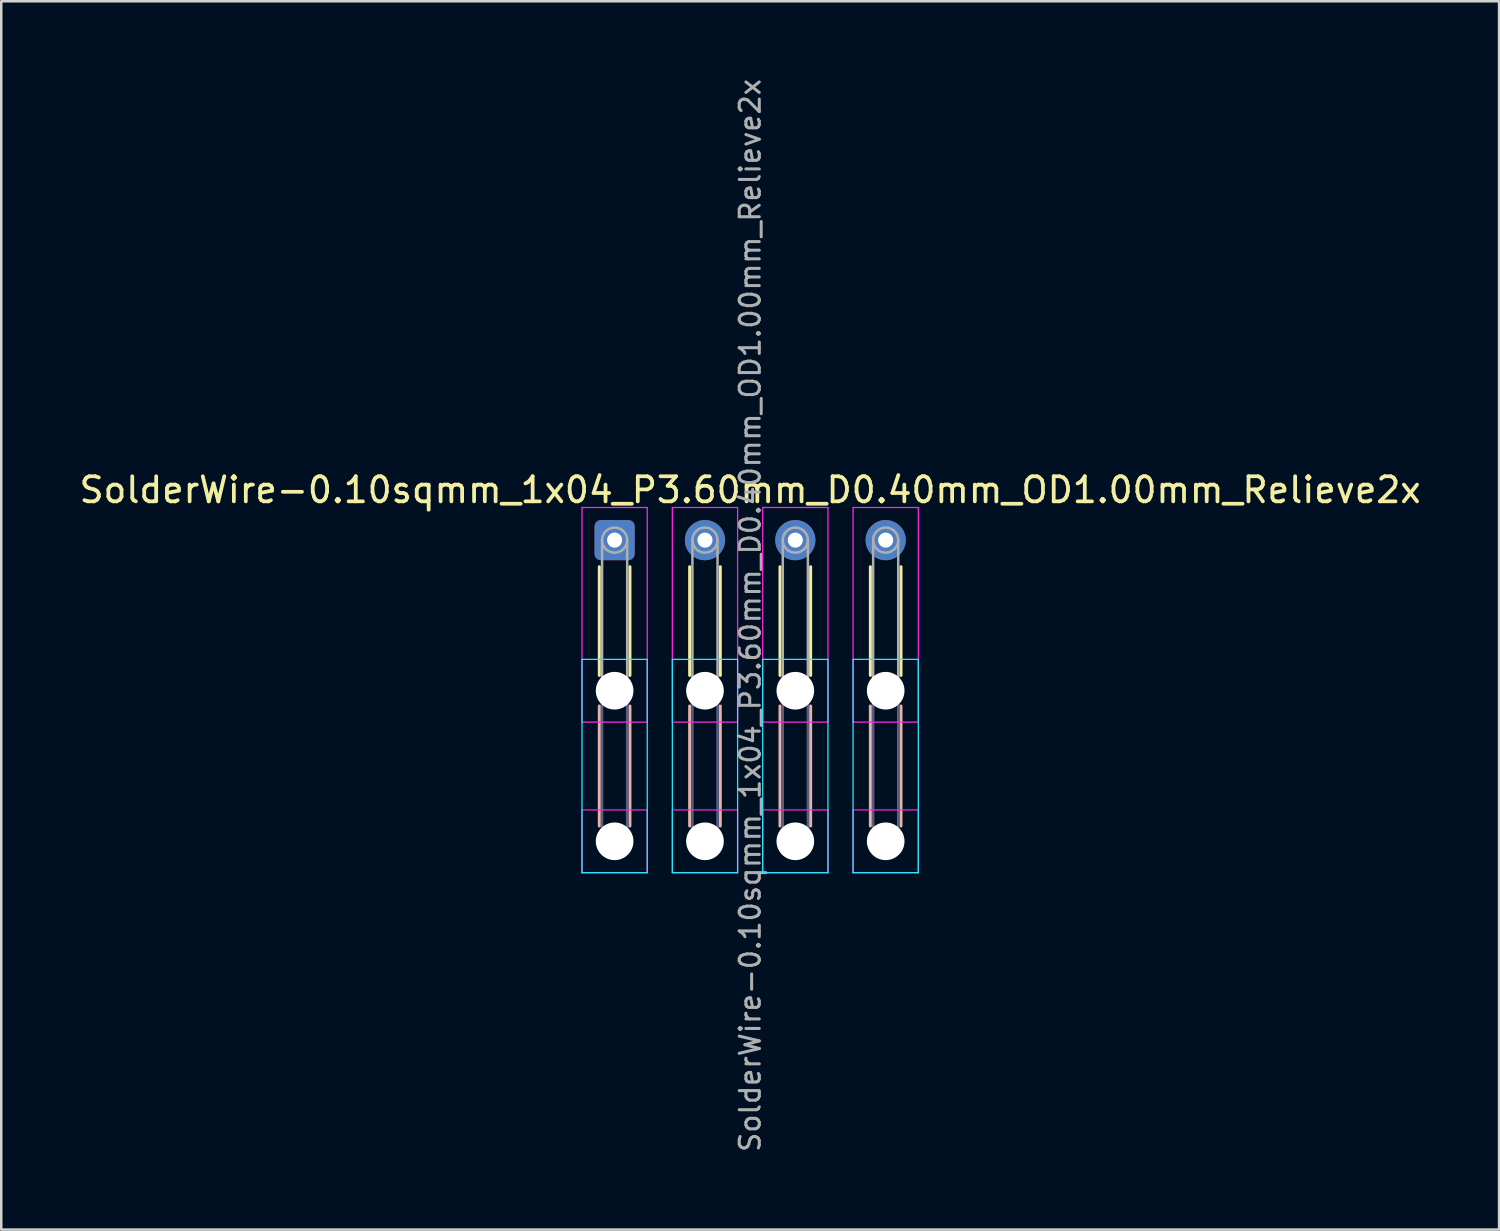
<source format=kicad_pcb>
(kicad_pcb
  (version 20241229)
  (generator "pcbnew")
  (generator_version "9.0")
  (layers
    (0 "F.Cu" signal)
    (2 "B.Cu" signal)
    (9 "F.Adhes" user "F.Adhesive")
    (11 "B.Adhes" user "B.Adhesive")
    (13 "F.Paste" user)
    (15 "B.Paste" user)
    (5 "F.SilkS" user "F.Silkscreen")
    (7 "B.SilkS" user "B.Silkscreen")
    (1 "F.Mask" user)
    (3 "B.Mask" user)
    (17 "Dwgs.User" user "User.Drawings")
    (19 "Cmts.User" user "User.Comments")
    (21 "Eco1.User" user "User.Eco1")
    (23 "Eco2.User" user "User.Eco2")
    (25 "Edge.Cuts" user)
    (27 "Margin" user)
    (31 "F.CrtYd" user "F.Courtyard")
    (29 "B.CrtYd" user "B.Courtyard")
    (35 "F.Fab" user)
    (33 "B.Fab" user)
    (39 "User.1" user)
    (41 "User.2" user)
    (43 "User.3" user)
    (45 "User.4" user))
  (footprint "SolderWire-0.10sqmm_1x04_P3.60mm_D0.40mm_OD1.00mm_Relieve2x"
    (layer "F.Cu")
    (at 21.439 18.471)
    (property "Reference" "SolderWire-0.10sqmm_1x04_P3.60mm_D0.40mm_OD1.00mm_Relieve2x" (at 5.4 -2 0) (layer "F.SilkS") (effects (font (size 1 1) (thickness 0.15))))
    (attr exclude_from_pos_files exclude_from_bom)
    (fp_line (start -0.61 1.06) (end -0.61 5.39) (stroke (width 0.12) (type solid)) (layer "F.SilkS"))
    (fp_line (start 0.61 1.06) (end 0.61 5.39) (stroke (width 0.12) (type solid)) (layer "F.SilkS"))
    (fp_line (start 2.99 1.06) (end 2.99 5.39) (stroke (width 0.12) (type solid)) (layer "F.SilkS"))
    (fp_line (start 4.21 1.06) (end 4.21 5.39) (stroke (width 0.12) (type solid)) (layer "F.SilkS"))
    (fp_line (start 6.59 1.06) (end 6.59 5.39) (stroke (width 0.12) (type solid)) (layer "F.SilkS"))
    (fp_line (start 7.81 1.06) (end 7.81 5.39) (stroke (width 0.12) (type solid)) (layer "F.SilkS"))
    (fp_line (start 10.19 1.06) (end 10.19 5.39) (stroke (width 0.12) (type solid)) (layer "F.SilkS"))
    (fp_line (start 11.41 1.06) (end 11.41 5.39) (stroke (width 0.12) (type solid)) (layer "F.SilkS"))
    (fp_line (start -0.61 6.61) (end -0.61 11.39) (stroke (width 0.12) (type solid)) (layer "B.SilkS"))
    (fp_line (start 0.61 6.61) (end 0.61 11.39) (stroke (width 0.12) (type solid)) (layer "B.SilkS"))
    (fp_line (start 2.99 6.61) (end 2.99 11.39) (stroke (width 0.12) (type solid)) (layer "B.SilkS"))
    (fp_line (start 4.21 6.61) (end 4.21 11.39) (stroke (width 0.12) (type solid)) (layer "B.SilkS"))
    (fp_line (start 6.59 6.61) (end 6.59 11.39) (stroke (width 0.12) (type solid)) (layer "B.SilkS"))
    (fp_line (start 7.81 6.61) (end 7.81 11.39) (stroke (width 0.12) (type solid)) (layer "B.SilkS"))
    (fp_line (start 10.19 6.61) (end 10.19 11.39) (stroke (width 0.12) (type solid)) (layer "B.SilkS"))
    (fp_line (start 11.41 6.61) (end 11.41 11.39) (stroke (width 0.12) (type solid)) (layer "B.SilkS"))
    (fp_line (start -1.3 4.75) (end -1.3 13.25) (stroke (width 0.05) (type solid)) (layer "B.CrtYd"))
    (fp_line (start -1.3 13.25) (end 1.3 13.25) (stroke (width 0.05) (type solid)) (layer "B.CrtYd"))
    (fp_line (start 1.3 4.75) (end -1.3 4.75) (stroke (width 0.05) (type solid)) (layer "B.CrtYd"))
    (fp_line (start 1.3 13.25) (end 1.3 4.75) (stroke (width 0.05) (type solid)) (layer "B.CrtYd"))
    (fp_line (start 2.3 4.75) (end 2.3 13.25) (stroke (width 0.05) (type solid)) (layer "B.CrtYd"))
    (fp_line (start 2.3 13.25) (end 4.9 13.25) (stroke (width 0.05) (type solid)) (layer "B.CrtYd"))
    (fp_line (start 4.9 4.75) (end 2.3 4.75) (stroke (width 0.05) (type solid)) (layer "B.CrtYd"))
    (fp_line (start 4.9 13.25) (end 4.9 4.75) (stroke (width 0.05) (type solid)) (layer "B.CrtYd"))
    (fp_line (start 5.9 4.75) (end 5.9 13.25) (stroke (width 0.05) (type solid)) (layer "B.CrtYd"))
    (fp_line (start 5.9 13.25) (end 8.5 13.25) (stroke (width 0.05) (type solid)) (layer "B.CrtYd"))
    (fp_line (start 8.5 4.75) (end 5.9 4.75) (stroke (width 0.05) (type solid)) (layer "B.CrtYd"))
    (fp_line (start 8.5 13.25) (end 8.5 4.75) (stroke (width 0.05) (type solid)) (layer "B.CrtYd"))
    (fp_line (start 9.5 4.75) (end 9.5 13.25) (stroke (width 0.05) (type solid)) (layer "B.CrtYd"))
    (fp_line (start 9.5 13.25) (end 12.1 13.25) (stroke (width 0.05) (type solid)) (layer "B.CrtYd"))
    (fp_line (start 12.1 4.75) (end 9.5 4.75) (stroke (width 0.05) (type solid)) (layer "B.CrtYd"))
    (fp_line (start 12.1 13.25) (end 12.1 4.75) (stroke (width 0.05) (type solid)) (layer "B.CrtYd"))
    (fp_line (start -1.3 -1.3) (end -1.3 7.25) (stroke (width 0.05) (type solid)) (layer "F.CrtYd"))
    (fp_line (start -1.3 7.25) (end 1.3 7.25) (stroke (width 0.05) (type solid)) (layer "F.CrtYd"))
    (fp_line (start -1.3 10.75) (end -1.3 13.25) (stroke (width 0.05) (type solid)) (layer "F.CrtYd"))
    (fp_line (start -1.3 13.25) (end 1.3 13.25) (stroke (width 0.05) (type solid)) (layer "F.CrtYd"))
    (fp_line (start 1.3 -1.3) (end -1.3 -1.3) (stroke (width 0.05) (type solid)) (layer "F.CrtYd"))
    (fp_line (start 1.3 7.25) (end 1.3 -1.3) (stroke (width 0.05) (type solid)) (layer "F.CrtYd"))
    (fp_line (start 1.3 10.75) (end -1.3 10.75) (stroke (width 0.05) (type solid)) (layer "F.CrtYd"))
    (fp_line (start 1.3 13.25) (end 1.3 10.75) (stroke (width 0.05) (type solid)) (layer "F.CrtYd"))
    (fp_line (start 2.3 -1.3) (end 2.3 7.25) (stroke (width 0.05) (type solid)) (layer "F.CrtYd"))
    (fp_line (start 2.3 7.25) (end 4.9 7.25) (stroke (width 0.05) (type solid)) (layer "F.CrtYd"))
    (fp_line (start 2.3 10.75) (end 2.3 13.25) (stroke (width 0.05) (type solid)) (layer "F.CrtYd"))
    (fp_line (start 2.3 13.25) (end 4.9 13.25) (stroke (width 0.05) (type solid)) (layer "F.CrtYd"))
    (fp_line (start 4.9 -1.3) (end 2.3 -1.3) (stroke (width 0.05) (type solid)) (layer "F.CrtYd"))
    (fp_line (start 4.9 7.25) (end 4.9 -1.3) (stroke (width 0.05) (type solid)) (layer "F.CrtYd"))
    (fp_line (start 4.9 10.75) (end 2.3 10.75) (stroke (width 0.05) (type solid)) (layer "F.CrtYd"))
    (fp_line (start 4.9 13.25) (end 4.9 10.75) (stroke (width 0.05) (type solid)) (layer "F.CrtYd"))
    (fp_line (start 5.9 -1.3) (end 5.9 7.25) (stroke (width 0.05) (type solid)) (layer "F.CrtYd"))
    (fp_line (start 5.9 7.25) (end 8.5 7.25) (stroke (width 0.05) (type solid)) (layer "F.CrtYd"))
    (fp_line (start 5.9 10.75) (end 5.9 13.25) (stroke (width 0.05) (type solid)) (layer "F.CrtYd"))
    (fp_line (start 5.9 13.25) (end 8.5 13.25) (stroke (width 0.05) (type solid)) (layer "F.CrtYd"))
    (fp_line (start 8.5 -1.3) (end 5.9 -1.3) (stroke (width 0.05) (type solid)) (layer "F.CrtYd"))
    (fp_line (start 8.5 7.25) (end 8.5 -1.3) (stroke (width 0.05) (type solid)) (layer "F.CrtYd"))
    (fp_line (start 8.5 10.75) (end 5.9 10.75) (stroke (width 0.05) (type solid)) (layer "F.CrtYd"))
    (fp_line (start 8.5 13.25) (end 8.5 10.75) (stroke (width 0.05) (type solid)) (layer "F.CrtYd"))
    (fp_line (start 9.5 -1.3) (end 9.5 7.25) (stroke (width 0.05) (type solid)) (layer "F.CrtYd"))
    (fp_line (start 9.5 7.25) (end 12.1 7.25) (stroke (width 0.05) (type solid)) (layer "F.CrtYd"))
    (fp_line (start 9.5 10.75) (end 9.5 13.25) (stroke (width 0.05) (type solid)) (layer "F.CrtYd"))
    (fp_line (start 9.5 13.25) (end 12.1 13.25) (stroke (width 0.05) (type solid)) (layer "F.CrtYd"))
    (fp_line (start 12.1 -1.3) (end 9.5 -1.3) (stroke (width 0.05) (type solid)) (layer "F.CrtYd"))
    (fp_line (start 12.1 7.25) (end 12.1 -1.3) (stroke (width 0.05) (type solid)) (layer "F.CrtYd"))
    (fp_line (start 12.1 10.75) (end 9.5 10.75) (stroke (width 0.05) (type solid)) (layer "F.CrtYd"))
    (fp_line (start 12.1 13.25) (end 12.1 10.75) (stroke (width 0.05) (type solid)) (layer "F.CrtYd"))
    (fp_line (start -0.5 6) (end -0.5 12) (stroke (width 0.1) (type solid)) (layer "B.Fab"))
    (fp_line (start 0.5 6) (end 0.5 12) (stroke (width 0.1) (type solid)) (layer "B.Fab"))
    (fp_line (start 3.1 6) (end 3.1 12) (stroke (width 0.1) (type solid)) (layer "B.Fab"))
    (fp_line (start 4.1 6) (end 4.1 12) (stroke (width 0.1) (type solid)) (layer "B.Fab"))
    (fp_line (start 6.7 6) (end 6.7 12) (stroke (width 0.1) (type solid)) (layer "B.Fab"))
    (fp_line (start 7.7 6) (end 7.7 12) (stroke (width 0.1) (type solid)) (layer "B.Fab"))
    (fp_line (start 10.3 6) (end 10.3 12) (stroke (width 0.1) (type solid)) (layer "B.Fab"))
    (fp_line (start 11.3 6) (end 11.3 12) (stroke (width 0.1) (type solid)) (layer "B.Fab"))
    (fp_circle (center 0 6) (end 0.5 6) (stroke (width 0.1) (type solid)) (fill no) (layer "B.Fab"))
    (fp_circle (center 0 12) (end 0.5 12) (stroke (width 0.1) (type solid)) (fill no) (layer "B.Fab"))
    (fp_circle (center 3.6 6) (end 4.1 6) (stroke (width 0.1) (type solid)) (fill no) (layer "B.Fab"))
    (fp_circle (center 3.6 12) (end 4.1 12) (stroke (width 0.1) (type solid)) (fill no) (layer "B.Fab"))
    (fp_circle (center 7.2 6) (end 7.7 6) (stroke (width 0.1) (type solid)) (fill no) (layer "B.Fab"))
    (fp_circle (center 7.2 12) (end 7.7 12) (stroke (width 0.1) (type solid)) (fill no) (layer "B.Fab"))
    (fp_circle (center 10.8 6) (end 11.3 6) (stroke (width 0.1) (type solid)) (fill no) (layer "B.Fab"))
    (fp_circle (center 10.8 12) (end 11.3 12) (stroke (width 0.1) (type solid)) (fill no) (layer "B.Fab"))
    (fp_line (start -0.5 0) (end -0.5 6) (stroke (width 0.1) (type solid)) (layer "F.Fab"))
    (fp_line (start 0.5 0) (end 0.5 6) (stroke (width 0.1) (type solid)) (layer "F.Fab"))
    (fp_line (start 3.1 0) (end 3.1 6) (stroke (width 0.1) (type solid)) (layer "F.Fab"))
    (fp_line (start 4.1 0) (end 4.1 6) (stroke (width 0.1) (type solid)) (layer "F.Fab"))
    (fp_line (start 6.7 0) (end 6.7 6) (stroke (width 0.1) (type solid)) (layer "F.Fab"))
    (fp_line (start 7.7 0) (end 7.7 6) (stroke (width 0.1) (type solid)) (layer "F.Fab"))
    (fp_line (start 10.3 0) (end 10.3 6) (stroke (width 0.1) (type solid)) (layer "F.Fab"))
    (fp_line (start 11.3 0) (end 11.3 6) (stroke (width 0.1) (type solid)) (layer "F.Fab"))
    (fp_circle (center 0 0) (end 0.5 0) (stroke (width 0.1) (type solid)) (fill no) (layer "F.Fab"))
    (fp_circle (center 0 6) (end 0.5 6) (stroke (width 0.1) (type solid)) (fill no) (layer "F.Fab"))
    (fp_circle (center 0 12) (end 0.5 12) (stroke (width 0.1) (type solid)) (fill no) (layer "F.Fab"))
    (fp_circle (center 3.6 0) (end 4.1 0) (stroke (width 0.1) (type solid)) (fill no) (layer "F.Fab"))
    (fp_circle (center 3.6 6) (end 4.1 6) (stroke (width 0.1) (type solid)) (fill no) (layer "F.Fab"))
    (fp_circle (center 3.6 12) (end 4.1 12) (stroke (width 0.1) (type solid)) (fill no) (layer "F.Fab"))
    (fp_circle (center 7.2 0) (end 7.7 0) (stroke (width 0.1) (type solid)) (fill no) (layer "F.Fab"))
    (fp_circle (center 7.2 6) (end 7.7 6) (stroke (width 0.1) (type solid)) (fill no) (layer "F.Fab"))
    (fp_circle (center 7.2 12) (end 7.7 12) (stroke (width 0.1) (type solid)) (fill no) (layer "F.Fab"))
    (fp_circle (center 10.8 0) (end 11.3 0) (stroke (width 0.1) (type solid)) (fill no) (layer "F.Fab"))
    (fp_circle (center 10.8 6) (end 11.3 6) (stroke (width 0.1) (type solid)) (fill no) (layer "F.Fab"))
    (fp_circle (center 10.8 12) (end 11.3 12) (stroke (width 0.1) (type solid)) (fill no) (layer "F.Fab"))
    (fp_text user "${REFERENCE}" (at 5.4 3 90) (layer "F.Fab") (effects (font (size 0.8 0.8) (thickness 0.12))))
    (pad "" np_thru_hole circle (at 0 6) (size 1.5 1.5) (drill 1.5) (layers "*.Cu" "*.Mask"))
    (pad "" np_thru_hole circle (at 0 12) (size 1.5 1.5) (drill 1.5) (layers "*.Cu" "*.Mask"))
    (pad "" np_thru_hole circle (at 3.6 6) (size 1.5 1.5) (drill 1.5) (layers "*.Cu" "*.Mask"))
    (pad "" np_thru_hole circle (at 3.6 12) (size 1.5 1.5) (drill 1.5) (layers "*.Cu" "*.Mask"))
    (pad "" np_thru_hole circle (at 7.2 6) (size 1.5 1.5) (drill 1.5) (layers "*.Cu" "*.Mask"))
    (pad "" np_thru_hole circle (at 7.2 12) (size 1.5 1.5) (drill 1.5) (layers "*.Cu" "*.Mask"))
    (pad "" np_thru_hole circle (at 10.8 6) (size 1.5 1.5) (drill 1.5) (layers "*.Cu" "*.Mask"))
    (pad "" np_thru_hole circle (at 10.8 12) (size 1.5 1.5) (drill 1.5) (layers "*.Cu" "*.Mask"))
    (pad "1" thru_hole roundrect (at 0 0) (size 1.6 1.6) (drill 0.6) (layers "*.Cu" "*.Mask") (roundrect_rratio 0.156))
    (pad "2" thru_hole circle (at 3.6 0) (size 1.6 1.6) (drill 0.6) (layers "*.Cu" "*.Mask"))
    (pad "3" thru_hole circle (at 7.2 0) (size 1.6 1.6) (drill 0.6) (layers "*.Cu" "*.Mask"))
    (pad "4" thru_hole circle (at 10.8 0) (size 1.6 1.6) (drill 0.6) (layers "*.Cu" "*.Mask")))
  (gr_rect
    (start -3 -3)
    (end 56.679 45.943)
    (stroke (width 0.1) (type default))
    (fill no)
    (layer "Edge.Cuts")))
</source>
